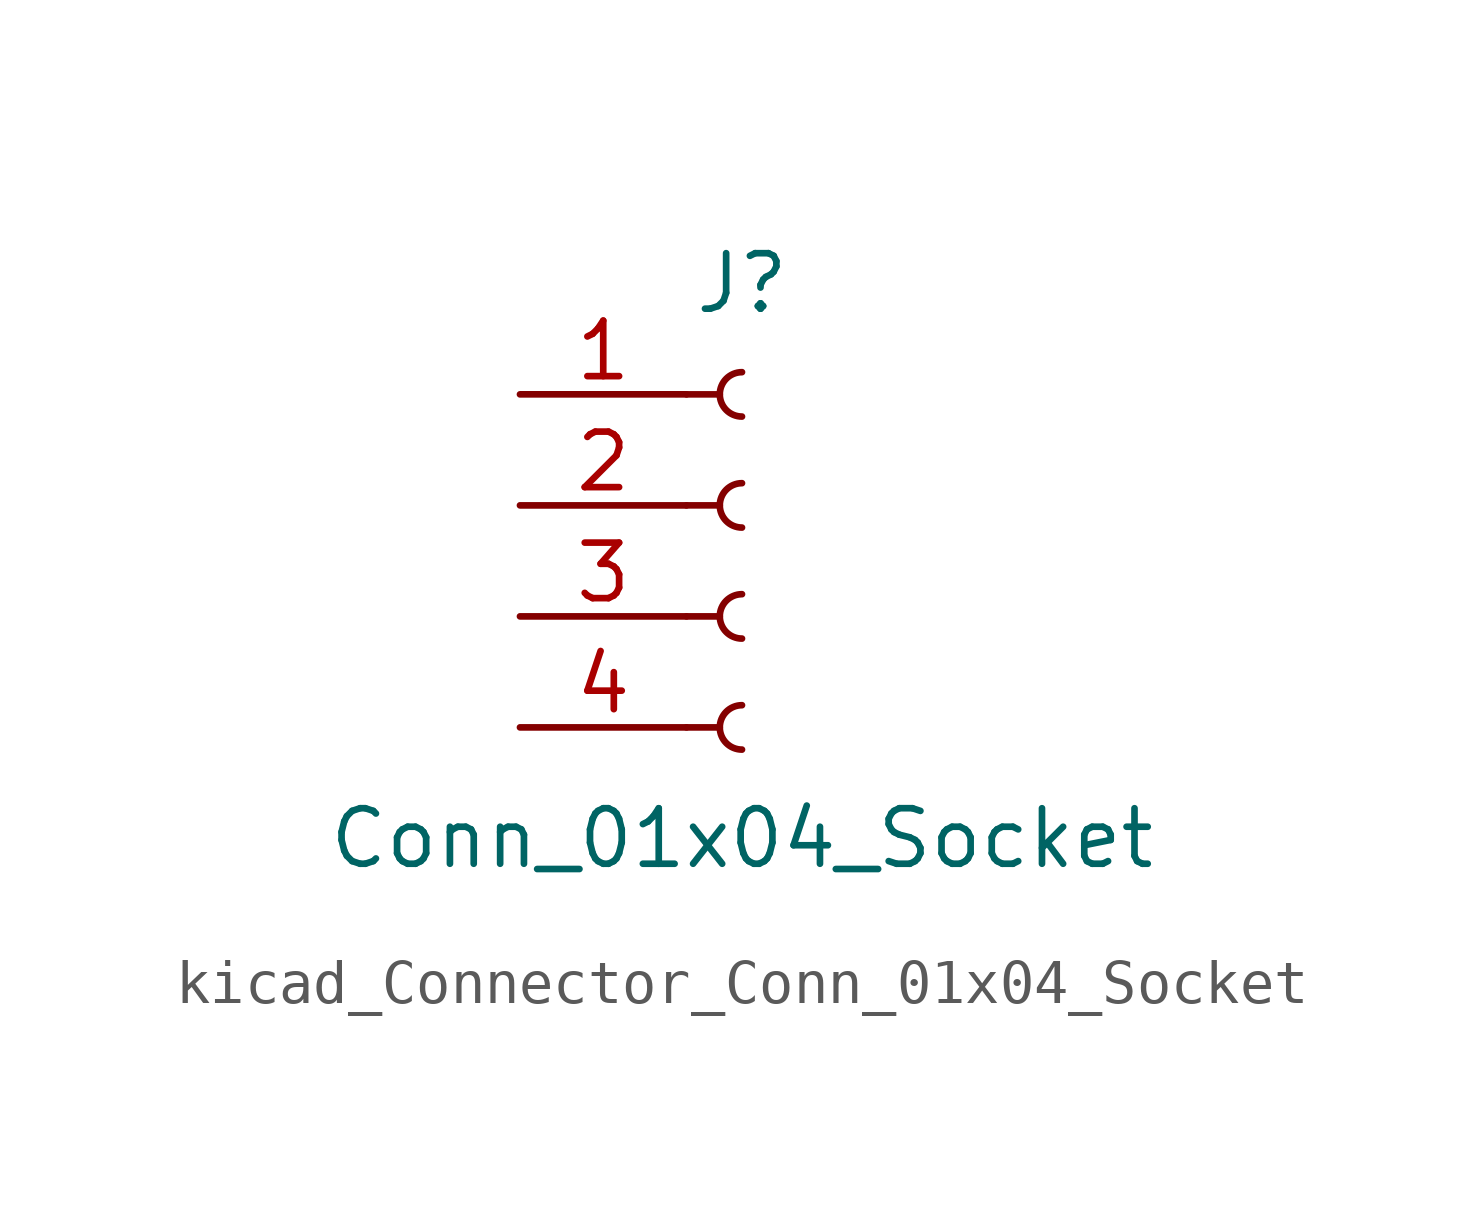
<source format=kicad_sym>
(kicad_symbol_lib
  (version 20220914)
  (generator kicad_symbol_editor)
  (symbol "kicad_Connector_Conn_01x04_Socket"
    (pin_names
      (offset 1.016) hide)
    (property "Reference" "J"
      (at 0 5.08 0)
      (effects (font (size 1.27 1.27))))
    (property "Value" "Conn_01x04_Socket"
      (at 0 -7.62 0)
      (effects (font (size 1.27 1.27))))
    (property "ki_locked" ""
      (at 0 0 0)
      (effects (font (size 1.27 1.27))))
    (symbol "kicad_Connector_Conn_01x04_Socket_1_1"
      (arc (start 0 -4.572) (mid -0.5058 -5.08) (end 0 -5.588) (stroke (width 0.1524) (type default)) (fill (type none)))
      (arc (start 0 -2.032) (mid -0.5058 -2.54) (end 0 -3.048) (stroke (width 0.1524) (type default)) (fill (type none)))
      (polyline (pts (xy -1.27 -5.08) (xy -0.508 -5.08)) (stroke (width 0.152) (type default)) (fill (type none)))
      (polyline (pts (xy -1.27 -2.54) (xy -0.508 -2.54)) (stroke (width 0.152) (type default)) (fill (type none)))
      (polyline (pts (xy -1.27 0) (xy -0.508 0)) (stroke (width 0.152) (type default)) (fill (type none)))
      (polyline (pts (xy -1.27 2.54) (xy -0.508 2.54)) (stroke (width 0.152) (type default)) (fill (type none)))
      (arc (start 0 0.508) (mid -0.5058 0) (end 0 -0.508) (stroke (width 0.1524) (type default)) (fill (type none)))
      (arc (start 0 3.048) (mid -0.5058 2.54) (end 0 2.032) (stroke (width 0.1524) (type default)) (fill (type none)))
      (pin passive line (at -5.08 2.54 0) (length 3.81) (name "Pin_1" (effects (font (size 1.27 1.27)))) (number "1" (effects (font (size 1.27 1.27)))))
      (pin passive line (at -5.08 0 0) (length 3.81) (name "Pin_2" (effects (font (size 1.27 1.27)))) (number "2" (effects (font (size 1.27 1.27)))))
      (pin passive line (at -5.08 -2.54 0) (length 3.81) (name "Pin_3" (effects (font (size 1.27 1.27)))) (number "3" (effects (font (size 1.27 1.27)))))
      (pin passive line (at -5.08 -5.08 0) (length 3.81) (name "Pin_4" (effects (font (size 1.27 1.27)))) (number "4" (effects (font (size 1.27 1.27))))))))
</source>
